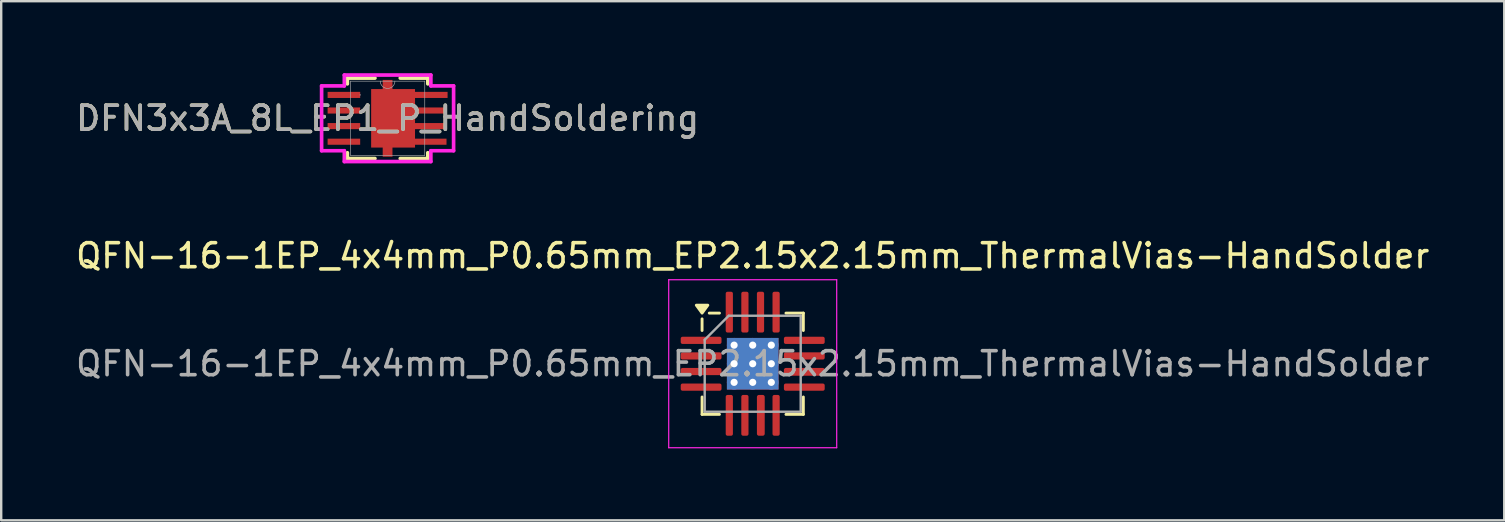
<source format=kicad_pcb>
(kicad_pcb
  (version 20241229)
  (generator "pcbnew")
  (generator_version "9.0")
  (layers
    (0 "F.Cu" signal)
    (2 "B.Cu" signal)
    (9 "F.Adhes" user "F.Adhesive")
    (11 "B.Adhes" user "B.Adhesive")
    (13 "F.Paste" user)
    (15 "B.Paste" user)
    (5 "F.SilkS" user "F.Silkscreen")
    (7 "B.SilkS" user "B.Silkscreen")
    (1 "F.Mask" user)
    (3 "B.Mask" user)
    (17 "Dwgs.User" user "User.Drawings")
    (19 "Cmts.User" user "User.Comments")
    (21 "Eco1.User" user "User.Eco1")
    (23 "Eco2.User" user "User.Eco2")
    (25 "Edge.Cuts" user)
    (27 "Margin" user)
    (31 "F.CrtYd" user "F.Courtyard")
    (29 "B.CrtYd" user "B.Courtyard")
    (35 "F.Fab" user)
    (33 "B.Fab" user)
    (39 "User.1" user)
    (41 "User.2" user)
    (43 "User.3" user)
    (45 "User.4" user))
  (footprint "QFN-16-1EP_4x4mm_P0.65mm_EP2.15x2.15mm_ThermalVias-HandSolder"
    (layer "F.Cu")
    (at 28.315 12.107)
    (property "Reference" "QFN-16-1EP_4x4mm_P0.65mm_EP2.15x2.15mm_ThermalVias-HandSolder" (at 0 -4.5 0) (layer "F.SilkS") (effects (font (size 1 1) (thickness 0.15))))
    (attr smd)
    (fp_line (start -2.11 -1.385) (end -2.11 -1.87) (stroke (width 0.12) (type solid)) (layer "F.SilkS"))
    (fp_line (start -2.11 2.11) (end -2.11 1.385) (stroke (width 0.12) (type solid)) (layer "F.SilkS"))
    (fp_line (start -1.385 -2.11) (end -1.81 -2.11) (stroke (width 0.12) (type solid)) (layer "F.SilkS"))
    (fp_line (start -1.385 2.11) (end -2.11 2.11) (stroke (width 0.12) (type solid)) (layer "F.SilkS"))
    (fp_line (start 1.385 -2.11) (end 2.11 -2.11) (stroke (width 0.12) (type solid)) (layer "F.SilkS"))
    (fp_line (start 1.385 2.11) (end 2.11 2.11) (stroke (width 0.12) (type solid)) (layer "F.SilkS"))
    (fp_line (start 2.11 -2.11) (end 2.11 -1.385) (stroke (width 0.12) (type solid)) (layer "F.SilkS"))
    (fp_line (start 2.11 2.11) (end 2.11 1.385) (stroke (width 0.12) (type solid)) (layer "F.SilkS"))
    (fp_poly (pts (xy -2.11 -2.11) (xy -2.35 -2.44) (xy -1.87 -2.44) (xy -2.11 -2.11)) (stroke (width 0.12) (type solid)) (fill yes) (layer "F.SilkS"))
    (fp_line (start -3.5 -3.5) (end -3.5 3.5) (stroke (width 0.05) (type solid)) (layer "F.CrtYd"))
    (fp_line (start -3.5 3.5) (end 3.5 3.5) (stroke (width 0.05) (type solid)) (layer "F.CrtYd"))
    (fp_line (start 3.5 -3.5) (end -3.5 -3.5) (stroke (width 0.05) (type solid)) (layer "F.CrtYd"))
    (fp_line (start 3.5 3.5) (end 3.5 -3.5) (stroke (width 0.05) (type solid)) (layer "F.CrtYd"))
    (fp_line (start -2 -1) (end -1 -2) (stroke (width 0.1) (type solid)) (layer "F.Fab"))
    (fp_line (start -2 2) (end -2 -1) (stroke (width 0.1) (type solid)) (layer "F.Fab"))
    (fp_line (start -1 -2) (end 2 -2) (stroke (width 0.1) (type solid)) (layer "F.Fab"))
    (fp_line (start 2 -2) (end 2 2) (stroke (width 0.1) (type solid)) (layer "F.Fab"))
    (fp_line (start 2 2) (end -2 2) (stroke (width 0.1) (type solid)) (layer "F.Fab"))
    (fp_text user "${REFERENCE}" (at 0 0 0) (layer "F.Fab") (effects (font (size 1 1) (thickness 0.15))))
    (pad "" smd roundrect (at -0.54 -0.54) (size 0.93 0.93) (layers "F.Paste") (roundrect_rratio 0.25))
    (pad "" smd roundrect (at -0.54 0.54) (size 0.93 0.93) (layers "F.Paste") (roundrect_rratio 0.25))
    (pad "" smd roundrect (at 0.54 -0.54) (size 0.93 0.93) (layers "F.Paste") (roundrect_rratio 0.25))
    (pad "" smd roundrect (at 0.54 0.54) (size 0.93 0.93) (layers "F.Paste") (roundrect_rratio 0.25))
    (pad "1" smd roundrect (at -2.15 -0.975) (size 1.7 0.3) (layers "F.Cu" "F.Mask" "F.Paste") (roundrect_rratio 0.25))
    (pad "2" smd roundrect (at -2.15 -0.325) (size 1.7 0.3) (layers "F.Cu" "F.Mask" "F.Paste") (roundrect_rratio 0.25))
    (pad "3" smd roundrect (at -2.15 0.325) (size 1.7 0.3) (layers "F.Cu" "F.Mask" "F.Paste") (roundrect_rratio 0.25))
    (pad "4" smd roundrect (at -2.15 0.975) (size 1.7 0.3) (layers "F.Cu" "F.Mask" "F.Paste") (roundrect_rratio 0.25))
    (pad "5" smd roundrect (at -0.975 2.15) (size 0.3 1.7) (layers "F.Cu" "F.Mask" "F.Paste") (roundrect_rratio 0.25))
    (pad "6" smd roundrect (at -0.325 2.15) (size 0.3 1.7) (layers "F.Cu" "F.Mask" "F.Paste") (roundrect_rratio 0.25))
    (pad "7" smd roundrect (at 0.338 2.15) (size 0.325 1.7) (layers "F.Cu" "F.Mask" "F.Paste") (roundrect_rratio 0.25))
    (pad "8" smd roundrect (at 0.975 2.15) (size 0.3 1.7) (layers "F.Cu" "F.Mask" "F.Paste") (roundrect_rratio 0.25))
    (pad "9" smd roundrect (at 2.15 0.975) (size 1.7 0.3) (layers "F.Cu" "F.Mask" "F.Paste") (roundrect_rratio 0.25))
    (pad "10" smd roundrect (at 2.15 0.338) (size 1.7 0.325) (layers "F.Cu" "F.Mask" "F.Paste") (roundrect_rratio 0.25))
    (pad "11" smd roundrect (at 2.15 -0.325) (size 1.7 0.3) (layers "F.Cu" "F.Mask" "F.Paste") (roundrect_rratio 0.25))
    (pad "12" smd roundrect (at 2.15 -0.975) (size 1.7 0.3) (layers "F.Cu" "F.Mask" "F.Paste") (roundrect_rratio 0.25))
    (pad "13" smd roundrect (at 0.975 -2.15) (size 0.3 1.7) (layers "F.Cu" "F.Mask" "F.Paste") (roundrect_rratio 0.25))
    (pad "14" smd roundrect (at 0.325 -2.15) (size 0.3 1.7) (layers "F.Cu" "F.Mask" "F.Paste") (roundrect_rratio 0.25))
    (pad "15" smd roundrect (at -0.325 -2.15) (size 0.3 1.7) (layers "F.Cu" "F.Mask" "F.Paste") (roundrect_rratio 0.25))
    (pad "16" smd roundrect (at -0.975 -2.15) (size 0.3 1.7) (layers "F.Cu" "F.Mask" "F.Paste") (roundrect_rratio 0.25))
    (pad "17" thru_hole circle (at -0.775 -0.775) (size 0.6 0.6) (drill 0.3) (property pad_prop_heatsink) (layers "*.Cu"))
    (pad "17" thru_hole circle (at -0.775 0) (size 0.6 0.6) (drill 0.3) (property pad_prop_heatsink) (layers "*.Cu"))
    (pad "17" thru_hole circle (at -0.775 0.775) (size 0.6 0.6) (drill 0.3) (property pad_prop_heatsink) (layers "*.Cu"))
    (pad "17" thru_hole circle (at 0 -0.775) (size 0.6 0.6) (drill 0.3) (property pad_prop_heatsink) (layers "*.Cu"))
    (pad "17" thru_hole circle (at 0 0) (size 0.6 0.6) (drill 0.3) (property pad_prop_heatsink) (layers "*.Cu"))
    (pad "17" smd rect (at 0 0) (size 2.15 2.15) (property pad_prop_heatsink) (layers "F.Cu" "F.Mask"))
    (pad "17" smd rect (at 0 0) (size 2.15 2.15) (property pad_prop_heatsink) (layers "B.Cu"))
    (pad "17" thru_hole circle (at 0 0.775) (size 0.6 0.6) (drill 0.3) (property pad_prop_heatsink) (layers "*.Cu"))
    (pad "17" thru_hole circle (at 0.775 -0.775) (size 0.6 0.6) (drill 0.3) (property pad_prop_heatsink) (layers "*.Cu"))
    (pad "17" thru_hole circle (at 0.775 0) (size 0.6 0.6) (drill 0.3) (property pad_prop_heatsink) (layers "*.Cu"))
    (pad "17" thru_hole circle (at 0.775 0.775) (size 0.6 0.6) (drill 0.3) (property pad_prop_heatsink) (layers "*.Cu")))
  (footprint "DFN3x3A_8L_EP1_P_HandSoldering"
    (layer "F.Cu")
    (at 13.101 1.88)
    (property "Reference" "DFN3x3A_8L_EP1_P_HandSoldering" (at 0 0 0) (unlocked yes) (layer "F.SilkS") (effects (font (size 1 1) (thickness 0.15))))
    (attr smd)
    (fp_line (start -1.676 -1.676) (end -1.676 -1.435) (stroke (width 0.152) (type solid)) (layer "F.SilkS"))
    (fp_line (start -1.676 1.435) (end -1.676 1.676) (stroke (width 0.152) (type solid)) (layer "F.SilkS"))
    (fp_line (start -1.676 1.676) (end -0.527 1.676) (stroke (width 0.152) (type solid)) (layer "F.SilkS"))
    (fp_line (start -0.527 -1.676) (end -1.676 -1.676) (stroke (width 0.152) (type solid)) (layer "F.SilkS"))
    (fp_line (start 0.527 1.676) (end 1.676 1.676) (stroke (width 0.152) (type solid)) (layer "F.SilkS"))
    (fp_line (start 1.676 -1.676) (end 0.527 -1.676) (stroke (width 0.152) (type solid)) (layer "F.SilkS"))
    (fp_line (start 1.676 -1.435) (end 1.676 -1.676) (stroke (width 0.152) (type solid)) (layer "F.SilkS"))
    (fp_line (start 1.676 1.676) (end 1.676 1.435) (stroke (width 0.152) (type solid)) (layer "F.SilkS"))
    (fp_line (start -2.75 -1.351) (end -1.803 -1.351) (stroke (width 0.152) (type solid)) (layer "F.CrtYd"))
    (fp_line (start -2.75 1.351) (end -2.75 -1.351) (stroke (width 0.152) (type solid)) (layer "F.CrtYd"))
    (fp_line (start -2.75 1.351) (end -1.803 1.351) (stroke (width 0.152) (type solid)) (layer "F.CrtYd"))
    (fp_line (start -1.803 -1.803) (end 1.803 -1.803) (stroke (width 0.152) (type solid)) (layer "F.CrtYd"))
    (fp_line (start -1.803 -1.351) (end -1.803 -1.803) (stroke (width 0.152) (type solid)) (layer "F.CrtYd"))
    (fp_line (start -1.803 1.803) (end -1.803 1.351) (stroke (width 0.152) (type solid)) (layer "F.CrtYd"))
    (fp_line (start 1.803 -1.803) (end 1.803 -1.351) (stroke (width 0.152) (type solid)) (layer "F.CrtYd"))
    (fp_line (start 1.803 1.351) (end 1.803 1.803) (stroke (width 0.152) (type solid)) (layer "F.CrtYd"))
    (fp_line (start 1.803 1.803) (end -1.803 1.803) (stroke (width 0.152) (type solid)) (layer "F.CrtYd"))
    (fp_line (start 2.75 -1.351) (end 1.803 -1.351) (stroke (width 0.152) (type solid)) (layer "F.CrtYd"))
    (fp_line (start 2.75 -1.351) (end 2.75 1.351) (stroke (width 0.152) (type solid)) (layer "F.CrtYd"))
    (fp_line (start 2.75 1.351) (end 1.803 1.351) (stroke (width 0.152) (type solid)) (layer "F.CrtYd"))
    (fp_line (start -1.549 -1.549) (end -1.549 1.549) (stroke (width 0.025) (type solid)) (layer "F.Fab"))
    (fp_line (start -1.549 1.549) (end 1.549 1.549) (stroke (width 0.025) (type solid)) (layer "F.Fab"))
    (fp_line (start 1.549 -1.549) (end -1.549 -1.549) (stroke (width 0.025) (type solid)) (layer "F.Fab"))
    (fp_line (start 1.549 1.549) (end 1.549 -1.549) (stroke (width 0.025) (type solid)) (layer "F.Fab"))
    (fp_arc (start 0.3048 -1.5494) (mid 0 -1.2446) (end -0.3048 -1.5494) (stroke (width 0.0254) (type solid)) (layer "F.Fab"))
    (fp_circle (center -1.143 -0.975) (end -1.143 -0.975) (stroke (width 0.025) (type solid)) (fill no) (layer "F.Fab"))
    (fp_text user "${REFERENCE}" (at 0 0 0) (unlocked yes) (layer "F.Fab") (effects (font (size 1 1) (thickness 0.15))))
    (pad "1" smd rect (at -1.821 -0.975) (size 1.357 0.254) (layers "F.Cu" "F.Mask" "F.Paste"))
    (pad "2" smd rect (at -1.821 -0.325) (size 1.357 0.254) (layers "F.Cu" "F.Mask" "F.Paste"))
    (pad "3" smd rect (at -1.821 0.325) (size 1.357 0.254) (layers "F.Cu" "F.Mask" "F.Paste"))
    (pad "4" smd rect (at -1.821 0.975) (size 1.357 0.254) (layers "F.Cu" "F.Mask" "F.Paste"))
    (pad "5" smd custom (at 1.821 -0.975) (size 1.357 0.254) (layers "F.Cu" "F.Mask" "F.Paste") (options (anchor rect)) (primitives (gr_line (start -0.822 -0.025) (end -0.322 -0.025) (width 0.2)) (gr_poly (pts (xy -2.507 -0.244) (xy -2.025 -0.244) (xy -2.025 -0.625) (xy -1.618 -0.625) (xy -1.618 -0.244) (xy -0.678 -0.244) (xy -0.678 2.194) (xy -1.618 2.194) (xy -1.618 2.575) (xy -2.025 2.575) (xy -2.025 2.194) (xy -2.507 2.194)) (width 0) (fill yes)) (gr_rect (start -1.179 1.173) (end 0.634 1.427) (width 0) (fill yes)) (gr_rect (start -1.179 1.823) (end 0.634 2.077) (width 0) (fill yes)) (gr_rect (start -0.822 0.523) (end 0.634 0.777) (width 0) (fill yes)))))
  (gr_rect
    (start -3 -3)
    (end 59.631 18.632)
    (stroke (width 0.1) (type default))
    (fill no)
    (layer "Edge.Cuts")))
</source>
